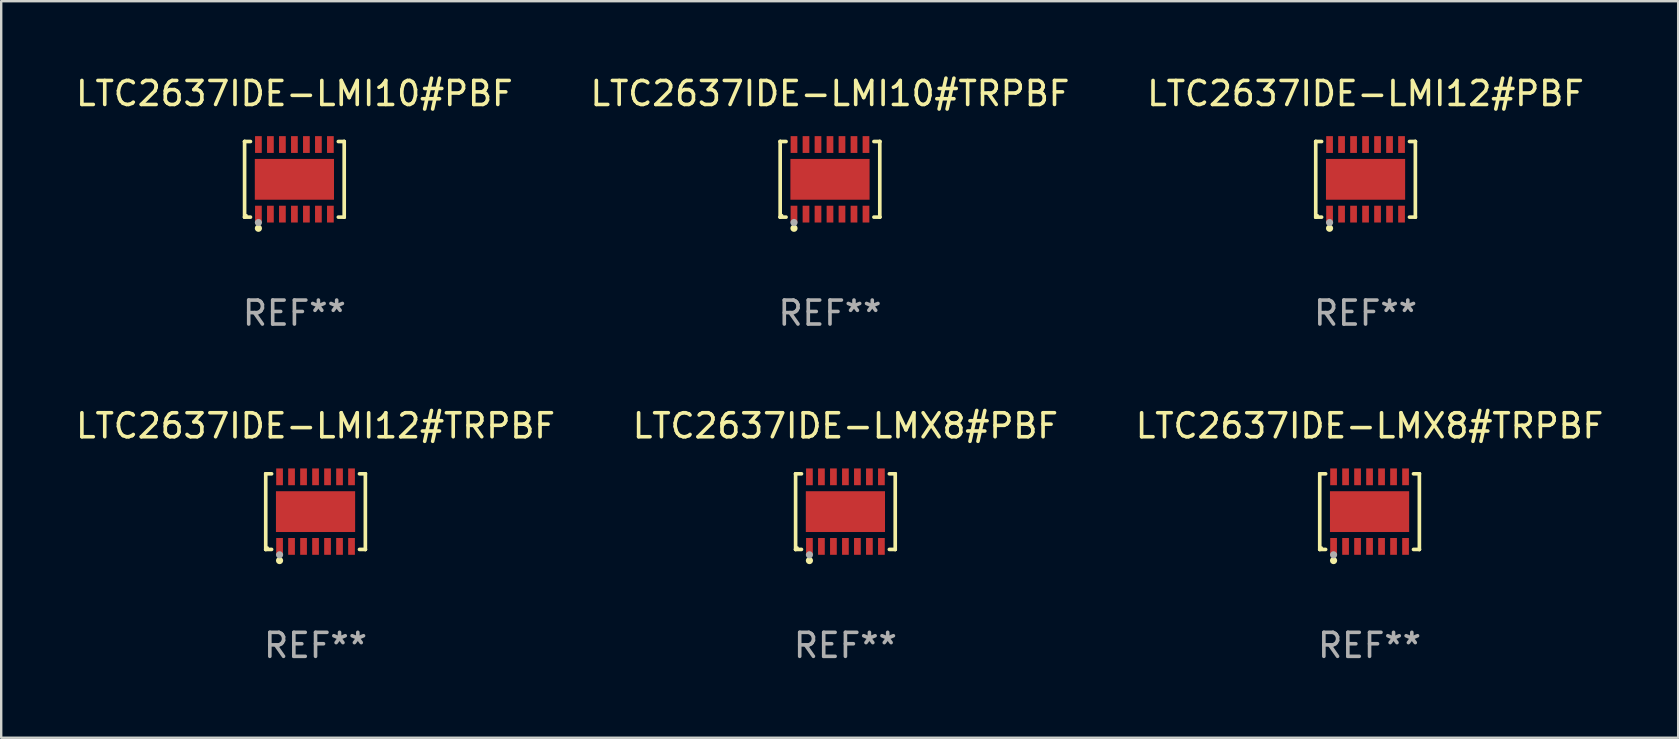
<source format=kicad_pcb>
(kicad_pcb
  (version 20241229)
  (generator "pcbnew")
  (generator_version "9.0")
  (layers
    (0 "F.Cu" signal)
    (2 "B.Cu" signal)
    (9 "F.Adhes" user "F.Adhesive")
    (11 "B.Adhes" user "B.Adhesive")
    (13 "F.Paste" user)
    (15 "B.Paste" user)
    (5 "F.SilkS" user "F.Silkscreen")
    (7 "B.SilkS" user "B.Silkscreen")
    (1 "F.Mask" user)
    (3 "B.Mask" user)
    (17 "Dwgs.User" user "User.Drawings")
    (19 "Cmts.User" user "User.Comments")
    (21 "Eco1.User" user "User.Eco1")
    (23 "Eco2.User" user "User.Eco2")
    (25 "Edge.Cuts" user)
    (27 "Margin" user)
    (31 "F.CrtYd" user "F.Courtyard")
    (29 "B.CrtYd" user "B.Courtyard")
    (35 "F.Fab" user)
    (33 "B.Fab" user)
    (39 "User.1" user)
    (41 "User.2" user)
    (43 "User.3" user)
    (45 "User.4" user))
  (footprint "LTC2637IDE-LMI12#TRPBF"
    (layer "F.Cu")
    (at 10.101 18.273)
    (property "Reference" "LTC2637IDE-LMI12#TRPBF" (at 0 -3.576 0) (layer "F.SilkS") (effects (font (size 1 1) (thickness 0.15))))
    (attr through_hole)
    (fp_line (start -2.076 -1.576) (end -2.076 -1.576) (stroke (width 0.152) (type solid)) (layer "F.SilkS"))
    (fp_line (start -2.076 -1.576) (end -1.831 -1.576) (stroke (width 0.152) (type solid)) (layer "F.SilkS"))
    (fp_line (start -2.076 1.576) (end -2.076 -1.576) (stroke (width 0.152) (type solid)) (layer "F.SilkS"))
    (fp_line (start -2.076 1.576) (end -2.076 1.576) (stroke (width 0.152) (type solid)) (layer "F.SilkS"))
    (fp_line (start -1.831 1.576) (end -2.076 1.576) (stroke (width 0.152) (type solid)) (layer "F.SilkS"))
    (fp_line (start 1.831 1.576) (end 2.076 1.576) (stroke (width 0.152) (type solid)) (layer "F.SilkS"))
    (fp_line (start 2.076 -1.576) (end 1.831 -1.576) (stroke (width 0.152) (type solid)) (layer "F.SilkS"))
    (fp_line (start 2.076 -1.576) (end 2.076 -1.576) (stroke (width 0.152) (type solid)) (layer "F.SilkS"))
    (fp_line (start 2.076 1.576) (end 2.076 -1.576) (stroke (width 0.152) (type solid)) (layer "F.SilkS"))
    (fp_line (start 2.076 1.576) (end 2.076 1.576) (stroke (width 0.152) (type solid)) (layer "F.SilkS"))
    (fp_circle (center -2 1.5) (end -1.97 1.5) (stroke (width 0.06) (type solid)) (fill no) (layer "F.SilkS"))
    (fp_circle (center -1.5 2.04) (end -1.425 2.04) (stroke (width 0.15) (type solid)) (fill no) (layer "F.SilkS"))
    (fp_circle (center -1.5 1.8) (end -1.425 1.8) (stroke (width 0.15) (type solid)) (fill no) (layer "F.Fab"))
    (fp_text user "REF**" (at 0 5.576 0) (layer "F.Fab") (effects (font (size 1 1) (thickness 0.15))))
    (pad "1" smd rect (at -1.5 1.45) (size 0.28 0.7) (layers "F.Cu" "F.Mask" "F.Paste"))
    (pad "2" smd rect (at -1 1.45) (size 0.28 0.7) (layers "F.Cu" "F.Mask" "F.Paste"))
    (pad "3" smd rect (at -0.5 1.45) (size 0.28 0.7) (layers "F.Cu" "F.Mask" "F.Paste"))
    (pad "4" smd rect (at 0 1.45) (size 0.28 0.7) (layers "F.Cu" "F.Mask" "F.Paste"))
    (pad "5" smd rect (at 0.5 1.45) (size 0.28 0.7) (layers "F.Cu" "F.Mask" "F.Paste"))
    (pad "6" smd rect (at 1 1.45) (size 0.28 0.7) (layers "F.Cu" "F.Mask" "F.Paste"))
    (pad "7" smd rect (at 1.5 1.45) (size 0.28 0.7) (layers "F.Cu" "F.Mask" "F.Paste"))
    (pad "8" smd rect (at 1.5 -1.45) (size 0.28 0.7) (layers "F.Cu" "F.Mask" "F.Paste"))
    (pad "9" smd rect (at 1 -1.45) (size 0.28 0.7) (layers "F.Cu" "F.Mask" "F.Paste"))
    (pad "10" smd rect (at 0.5 -1.45) (size 0.28 0.7) (layers "F.Cu" "F.Mask" "F.Paste"))
    (pad "11" smd rect (at 0 -1.45) (size 0.28 0.7) (layers "F.Cu" "F.Mask" "F.Paste"))
    (pad "12" smd rect (at -0.5 -1.45) (size 0.28 0.7) (layers "F.Cu" "F.Mask" "F.Paste"))
    (pad "13" smd rect (at -1 -1.45) (size 0.28 0.7) (layers "F.Cu" "F.Mask" "F.Paste"))
    (pad "14" smd rect (at -1.5 -1.45) (size 0.28 0.7) (layers "F.Cu" "F.Mask" "F.Paste"))
    (pad "15" smd rect (at 0 0) (size 3.3 1.7) (layers "F.Cu" "F.Mask" "F.Paste")))
  (footprint "LTC2637IDE-LMI10#PBF"
    (layer "F.Cu")
    (at 9.22 4.424)
    (property "Reference" "LTC2637IDE-LMI10#PBF" (at 0 -3.576 0) (layer "F.SilkS") (effects (font (size 1 1) (thickness 0.15))))
    (attr through_hole)
    (fp_line (start -2.076 -1.576) (end -2.076 -1.576) (stroke (width 0.152) (type solid)) (layer "F.SilkS"))
    (fp_line (start -2.076 -1.576) (end -1.831 -1.576) (stroke (width 0.152) (type solid)) (layer "F.SilkS"))
    (fp_line (start -2.076 1.576) (end -2.076 -1.576) (stroke (width 0.152) (type solid)) (layer "F.SilkS"))
    (fp_line (start -2.076 1.576) (end -2.076 1.576) (stroke (width 0.152) (type solid)) (layer "F.SilkS"))
    (fp_line (start -1.831 1.576) (end -2.076 1.576) (stroke (width 0.152) (type solid)) (layer "F.SilkS"))
    (fp_line (start 1.831 1.576) (end 2.076 1.576) (stroke (width 0.152) (type solid)) (layer "F.SilkS"))
    (fp_line (start 2.076 -1.576) (end 1.831 -1.576) (stroke (width 0.152) (type solid)) (layer "F.SilkS"))
    (fp_line (start 2.076 -1.576) (end 2.076 -1.576) (stroke (width 0.152) (type solid)) (layer "F.SilkS"))
    (fp_line (start 2.076 1.576) (end 2.076 -1.576) (stroke (width 0.152) (type solid)) (layer "F.SilkS"))
    (fp_line (start 2.076 1.576) (end 2.076 1.576) (stroke (width 0.152) (type solid)) (layer "F.SilkS"))
    (fp_circle (center -2 1.5) (end -1.97 1.5) (stroke (width 0.06) (type solid)) (fill no) (layer "F.SilkS"))
    (fp_circle (center -1.5 2.04) (end -1.425 2.04) (stroke (width 0.15) (type solid)) (fill no) (layer "F.SilkS"))
    (fp_circle (center -1.5 1.8) (end -1.425 1.8) (stroke (width 0.15) (type solid)) (fill no) (layer "F.Fab"))
    (fp_text user "REF**" (at 0 5.576 0) (layer "F.Fab") (effects (font (size 1 1) (thickness 0.15))))
    (pad "1" smd rect (at -1.5 1.45) (size 0.28 0.7) (layers "F.Cu" "F.Mask" "F.Paste"))
    (pad "2" smd rect (at -1 1.45) (size 0.28 0.7) (layers "F.Cu" "F.Mask" "F.Paste"))
    (pad "3" smd rect (at -0.5 1.45) (size 0.28 0.7) (layers "F.Cu" "F.Mask" "F.Paste"))
    (pad "4" smd rect (at 0 1.45) (size 0.28 0.7) (layers "F.Cu" "F.Mask" "F.Paste"))
    (pad "5" smd rect (at 0.5 1.45) (size 0.28 0.7) (layers "F.Cu" "F.Mask" "F.Paste"))
    (pad "6" smd rect (at 1 1.45) (size 0.28 0.7) (layers "F.Cu" "F.Mask" "F.Paste"))
    (pad "7" smd rect (at 1.5 1.45) (size 0.28 0.7) (layers "F.Cu" "F.Mask" "F.Paste"))
    (pad "8" smd rect (at 1.5 -1.45) (size 0.28 0.7) (layers "F.Cu" "F.Mask" "F.Paste"))
    (pad "9" smd rect (at 1 -1.45) (size 0.28 0.7) (layers "F.Cu" "F.Mask" "F.Paste"))
    (pad "10" smd rect (at 0.5 -1.45) (size 0.28 0.7) (layers "F.Cu" "F.Mask" "F.Paste"))
    (pad "11" smd rect (at 0 -1.45) (size 0.28 0.7) (layers "F.Cu" "F.Mask" "F.Paste"))
    (pad "12" smd rect (at -0.5 -1.45) (size 0.28 0.7) (layers "F.Cu" "F.Mask" "F.Paste"))
    (pad "13" smd rect (at -1 -1.45) (size 0.28 0.7) (layers "F.Cu" "F.Mask" "F.Paste"))
    (pad "14" smd rect (at -1.5 -1.45) (size 0.28 0.7) (layers "F.Cu" "F.Mask" "F.Paste"))
    (pad "15" smd rect (at 0 0) (size 3.3 1.7) (layers "F.Cu" "F.Mask" "F.Paste")))
  (footprint "LTC2637IDE-LMI12#PBF"
    (layer "F.Cu")
    (at 53.863 4.424)
    (property "Reference" "LTC2637IDE-LMI12#PBF" (at 0 -3.576 0) (layer "F.SilkS") (effects (font (size 1 1) (thickness 0.15))))
    (attr through_hole)
    (fp_line (start -2.076 -1.576) (end -2.076 -1.576) (stroke (width 0.152) (type solid)) (layer "F.SilkS"))
    (fp_line (start -2.076 -1.576) (end -1.831 -1.576) (stroke (width 0.152) (type solid)) (layer "F.SilkS"))
    (fp_line (start -2.076 1.576) (end -2.076 -1.576) (stroke (width 0.152) (type solid)) (layer "F.SilkS"))
    (fp_line (start -2.076 1.576) (end -2.076 1.576) (stroke (width 0.152) (type solid)) (layer "F.SilkS"))
    (fp_line (start -1.831 1.576) (end -2.076 1.576) (stroke (width 0.152) (type solid)) (layer "F.SilkS"))
    (fp_line (start 1.831 1.576) (end 2.076 1.576) (stroke (width 0.152) (type solid)) (layer "F.SilkS"))
    (fp_line (start 2.076 -1.576) (end 1.831 -1.576) (stroke (width 0.152) (type solid)) (layer "F.SilkS"))
    (fp_line (start 2.076 -1.576) (end 2.076 -1.576) (stroke (width 0.152) (type solid)) (layer "F.SilkS"))
    (fp_line (start 2.076 1.576) (end 2.076 -1.576) (stroke (width 0.152) (type solid)) (layer "F.SilkS"))
    (fp_line (start 2.076 1.576) (end 2.076 1.576) (stroke (width 0.152) (type solid)) (layer "F.SilkS"))
    (fp_circle (center -2 1.5) (end -1.97 1.5) (stroke (width 0.06) (type solid)) (fill no) (layer "F.SilkS"))
    (fp_circle (center -1.5 2.04) (end -1.425 2.04) (stroke (width 0.15) (type solid)) (fill no) (layer "F.SilkS"))
    (fp_circle (center -1.5 1.8) (end -1.425 1.8) (stroke (width 0.15) (type solid)) (fill no) (layer "F.Fab"))
    (fp_text user "REF**" (at 0 5.576 0) (layer "F.Fab") (effects (font (size 1 1) (thickness 0.15))))
    (pad "1" smd rect (at -1.5 1.45) (size 0.28 0.7) (layers "F.Cu" "F.Mask" "F.Paste"))
    (pad "2" smd rect (at -1 1.45) (size 0.28 0.7) (layers "F.Cu" "F.Mask" "F.Paste"))
    (pad "3" smd rect (at -0.5 1.45) (size 0.28 0.7) (layers "F.Cu" "F.Mask" "F.Paste"))
    (pad "4" smd rect (at 0 1.45) (size 0.28 0.7) (layers "F.Cu" "F.Mask" "F.Paste"))
    (pad "5" smd rect (at 0.5 1.45) (size 0.28 0.7) (layers "F.Cu" "F.Mask" "F.Paste"))
    (pad "6" smd rect (at 1 1.45) (size 0.28 0.7) (layers "F.Cu" "F.Mask" "F.Paste"))
    (pad "7" smd rect (at 1.5 1.45) (size 0.28 0.7) (layers "F.Cu" "F.Mask" "F.Paste"))
    (pad "8" smd rect (at 1.5 -1.45) (size 0.28 0.7) (layers "F.Cu" "F.Mask" "F.Paste"))
    (pad "9" smd rect (at 1 -1.45) (size 0.28 0.7) (layers "F.Cu" "F.Mask" "F.Paste"))
    (pad "10" smd rect (at 0.5 -1.45) (size 0.28 0.7) (layers "F.Cu" "F.Mask" "F.Paste"))
    (pad "11" smd rect (at 0 -1.45) (size 0.28 0.7) (layers "F.Cu" "F.Mask" "F.Paste"))
    (pad "12" smd rect (at -0.5 -1.45) (size 0.28 0.7) (layers "F.Cu" "F.Mask" "F.Paste"))
    (pad "13" smd rect (at -1 -1.45) (size 0.28 0.7) (layers "F.Cu" "F.Mask" "F.Paste"))
    (pad "14" smd rect (at -1.5 -1.45) (size 0.28 0.7) (layers "F.Cu" "F.Mask" "F.Paste"))
    (pad "15" smd rect (at 0 0) (size 3.3 1.7) (layers "F.Cu" "F.Mask" "F.Paste")))
  (footprint "LTC2637IDE-LMX8#TRPBF"
    (layer "F.Cu")
    (at 54.03 18.273)
    (property "Reference" "LTC2637IDE-LMX8#TRPBF" (at 0 -3.576 0) (layer "F.SilkS") (effects (font (size 1 1) (thickness 0.15))))
    (attr through_hole)
    (fp_line (start -2.076 -1.576) (end -2.076 -1.576) (stroke (width 0.152) (type solid)) (layer "F.SilkS"))
    (fp_line (start -2.076 -1.576) (end -1.831 -1.576) (stroke (width 0.152) (type solid)) (layer "F.SilkS"))
    (fp_line (start -2.076 1.576) (end -2.076 -1.576) (stroke (width 0.152) (type solid)) (layer "F.SilkS"))
    (fp_line (start -2.076 1.576) (end -2.076 1.576) (stroke (width 0.152) (type solid)) (layer "F.SilkS"))
    (fp_line (start -1.831 1.576) (end -2.076 1.576) (stroke (width 0.152) (type solid)) (layer "F.SilkS"))
    (fp_line (start 1.831 1.576) (end 2.076 1.576) (stroke (width 0.152) (type solid)) (layer "F.SilkS"))
    (fp_line (start 2.076 -1.576) (end 1.831 -1.576) (stroke (width 0.152) (type solid)) (layer "F.SilkS"))
    (fp_line (start 2.076 -1.576) (end 2.076 -1.576) (stroke (width 0.152) (type solid)) (layer "F.SilkS"))
    (fp_line (start 2.076 1.576) (end 2.076 -1.576) (stroke (width 0.152) (type solid)) (layer "F.SilkS"))
    (fp_line (start 2.076 1.576) (end 2.076 1.576) (stroke (width 0.152) (type solid)) (layer "F.SilkS"))
    (fp_circle (center -2 1.5) (end -1.97 1.5) (stroke (width 0.06) (type solid)) (fill no) (layer "F.SilkS"))
    (fp_circle (center -1.5 2.04) (end -1.425 2.04) (stroke (width 0.15) (type solid)) (fill no) (layer "F.SilkS"))
    (fp_circle (center -1.5 1.8) (end -1.425 1.8) (stroke (width 0.15) (type solid)) (fill no) (layer "F.Fab"))
    (fp_text user "REF**" (at 0 5.576 0) (layer "F.Fab") (effects (font (size 1 1) (thickness 0.15))))
    (pad "1" smd rect (at -1.5 1.45) (size 0.28 0.7) (layers "F.Cu" "F.Mask" "F.Paste"))
    (pad "2" smd rect (at -1 1.45) (size 0.28 0.7) (layers "F.Cu" "F.Mask" "F.Paste"))
    (pad "3" smd rect (at -0.5 1.45) (size 0.28 0.7) (layers "F.Cu" "F.Mask" "F.Paste"))
    (pad "4" smd rect (at 0 1.45) (size 0.28 0.7) (layers "F.Cu" "F.Mask" "F.Paste"))
    (pad "5" smd rect (at 0.5 1.45) (size 0.28 0.7) (layers "F.Cu" "F.Mask" "F.Paste"))
    (pad "6" smd rect (at 1 1.45) (size 0.28 0.7) (layers "F.Cu" "F.Mask" "F.Paste"))
    (pad "7" smd rect (at 1.5 1.45) (size 0.28 0.7) (layers "F.Cu" "F.Mask" "F.Paste"))
    (pad "8" smd rect (at 1.5 -1.45) (size 0.28 0.7) (layers "F.Cu" "F.Mask" "F.Paste"))
    (pad "9" smd rect (at 1 -1.45) (size 0.28 0.7) (layers "F.Cu" "F.Mask" "F.Paste"))
    (pad "10" smd rect (at 0.5 -1.45) (size 0.28 0.7) (layers "F.Cu" "F.Mask" "F.Paste"))
    (pad "11" smd rect (at 0 -1.45) (size 0.28 0.7) (layers "F.Cu" "F.Mask" "F.Paste"))
    (pad "12" smd rect (at -0.5 -1.45) (size 0.28 0.7) (layers "F.Cu" "F.Mask" "F.Paste"))
    (pad "13" smd rect (at -1 -1.45) (size 0.28 0.7) (layers "F.Cu" "F.Mask" "F.Paste"))
    (pad "14" smd rect (at -1.5 -1.45) (size 0.28 0.7) (layers "F.Cu" "F.Mask" "F.Paste"))
    (pad "15" smd rect (at 0 0) (size 3.3 1.7) (layers "F.Cu" "F.Mask" "F.Paste")))
  (footprint "LTC2637IDE-LMX8#PBF"
    (layer "F.Cu")
    (at 32.185 18.273)
    (property "Reference" "LTC2637IDE-LMX8#PBF" (at 0 -3.576 0) (layer "F.SilkS") (effects (font (size 1 1) (thickness 0.15))))
    (attr through_hole)
    (fp_line (start -2.076 -1.576) (end -2.076 -1.576) (stroke (width 0.152) (type solid)) (layer "F.SilkS"))
    (fp_line (start -2.076 -1.576) (end -1.831 -1.576) (stroke (width 0.152) (type solid)) (layer "F.SilkS"))
    (fp_line (start -2.076 1.576) (end -2.076 -1.576) (stroke (width 0.152) (type solid)) (layer "F.SilkS"))
    (fp_line (start -2.076 1.576) (end -2.076 1.576) (stroke (width 0.152) (type solid)) (layer "F.SilkS"))
    (fp_line (start -1.831 1.576) (end -2.076 1.576) (stroke (width 0.152) (type solid)) (layer "F.SilkS"))
    (fp_line (start 1.831 1.576) (end 2.076 1.576) (stroke (width 0.152) (type solid)) (layer "F.SilkS"))
    (fp_line (start 2.076 -1.576) (end 1.831 -1.576) (stroke (width 0.152) (type solid)) (layer "F.SilkS"))
    (fp_line (start 2.076 -1.576) (end 2.076 -1.576) (stroke (width 0.152) (type solid)) (layer "F.SilkS"))
    (fp_line (start 2.076 1.576) (end 2.076 -1.576) (stroke (width 0.152) (type solid)) (layer "F.SilkS"))
    (fp_line (start 2.076 1.576) (end 2.076 1.576) (stroke (width 0.152) (type solid)) (layer "F.SilkS"))
    (fp_circle (center -2 1.5) (end -1.97 1.5) (stroke (width 0.06) (type solid)) (fill no) (layer "F.SilkS"))
    (fp_circle (center -1.5 2.04) (end -1.425 2.04) (stroke (width 0.15) (type solid)) (fill no) (layer "F.SilkS"))
    (fp_circle (center -1.5 1.8) (end -1.425 1.8) (stroke (width 0.15) (type solid)) (fill no) (layer "F.Fab"))
    (fp_text user "REF**" (at 0 5.576 0) (layer "F.Fab") (effects (font (size 1 1) (thickness 0.15))))
    (pad "1" smd rect (at -1.5 1.45) (size 0.28 0.7) (layers "F.Cu" "F.Mask" "F.Paste"))
    (pad "2" smd rect (at -1 1.45) (size 0.28 0.7) (layers "F.Cu" "F.Mask" "F.Paste"))
    (pad "3" smd rect (at -0.5 1.45) (size 0.28 0.7) (layers "F.Cu" "F.Mask" "F.Paste"))
    (pad "4" smd rect (at 0 1.45) (size 0.28 0.7) (layers "F.Cu" "F.Mask" "F.Paste"))
    (pad "5" smd rect (at 0.5 1.45) (size 0.28 0.7) (layers "F.Cu" "F.Mask" "F.Paste"))
    (pad "6" smd rect (at 1 1.45) (size 0.28 0.7) (layers "F.Cu" "F.Mask" "F.Paste"))
    (pad "7" smd rect (at 1.5 1.45) (size 0.28 0.7) (layers "F.Cu" "F.Mask" "F.Paste"))
    (pad "8" smd rect (at 1.5 -1.45) (size 0.28 0.7) (layers "F.Cu" "F.Mask" "F.Paste"))
    (pad "9" smd rect (at 1 -1.45) (size 0.28 0.7) (layers "F.Cu" "F.Mask" "F.Paste"))
    (pad "10" smd rect (at 0.5 -1.45) (size 0.28 0.7) (layers "F.Cu" "F.Mask" "F.Paste"))
    (pad "11" smd rect (at 0 -1.45) (size 0.28 0.7) (layers "F.Cu" "F.Mask" "F.Paste"))
    (pad "12" smd rect (at -0.5 -1.45) (size 0.28 0.7) (layers "F.Cu" "F.Mask" "F.Paste"))
    (pad "13" smd rect (at -1 -1.45) (size 0.28 0.7) (layers "F.Cu" "F.Mask" "F.Paste"))
    (pad "14" smd rect (at -1.5 -1.45) (size 0.28 0.7) (layers "F.Cu" "F.Mask" "F.Paste"))
    (pad "15" smd rect (at 0 0) (size 3.3 1.7) (layers "F.Cu" "F.Mask" "F.Paste")))
  (footprint "LTC2637IDE-LMI10#TRPBF"
    (layer "F.Cu")
    (at 31.542 4.424)
    (property "Reference" "LTC2637IDE-LMI10#TRPBF" (at 0 -3.576 0) (layer "F.SilkS") (effects (font (size 1 1) (thickness 0.15))))
    (attr through_hole)
    (fp_line (start -2.076 -1.576) (end -2.076 -1.576) (stroke (width 0.152) (type solid)) (layer "F.SilkS"))
    (fp_line (start -2.076 -1.576) (end -1.831 -1.576) (stroke (width 0.152) (type solid)) (layer "F.SilkS"))
    (fp_line (start -2.076 1.576) (end -2.076 -1.576) (stroke (width 0.152) (type solid)) (layer "F.SilkS"))
    (fp_line (start -2.076 1.576) (end -2.076 1.576) (stroke (width 0.152) (type solid)) (layer "F.SilkS"))
    (fp_line (start -1.831 1.576) (end -2.076 1.576) (stroke (width 0.152) (type solid)) (layer "F.SilkS"))
    (fp_line (start 1.831 1.576) (end 2.076 1.576) (stroke (width 0.152) (type solid)) (layer "F.SilkS"))
    (fp_line (start 2.076 -1.576) (end 1.831 -1.576) (stroke (width 0.152) (type solid)) (layer "F.SilkS"))
    (fp_line (start 2.076 -1.576) (end 2.076 -1.576) (stroke (width 0.152) (type solid)) (layer "F.SilkS"))
    (fp_line (start 2.076 1.576) (end 2.076 -1.576) (stroke (width 0.152) (type solid)) (layer "F.SilkS"))
    (fp_line (start 2.076 1.576) (end 2.076 1.576) (stroke (width 0.152) (type solid)) (layer "F.SilkS"))
    (fp_circle (center -2 1.5) (end -1.97 1.5) (stroke (width 0.06) (type solid)) (fill no) (layer "F.SilkS"))
    (fp_circle (center -1.5 2.04) (end -1.425 2.04) (stroke (width 0.15) (type solid)) (fill no) (layer "F.SilkS"))
    (fp_circle (center -1.5 1.8) (end -1.425 1.8) (stroke (width 0.15) (type solid)) (fill no) (layer "F.Fab"))
    (fp_text user "REF**" (at 0 5.576 0) (layer "F.Fab") (effects (font (size 1 1) (thickness 0.15))))
    (pad "1" smd rect (at -1.5 1.45) (size 0.28 0.7) (layers "F.Cu" "F.Mask" "F.Paste"))
    (pad "2" smd rect (at -1 1.45) (size 0.28 0.7) (layers "F.Cu" "F.Mask" "F.Paste"))
    (pad "3" smd rect (at -0.5 1.45) (size 0.28 0.7) (layers "F.Cu" "F.Mask" "F.Paste"))
    (pad "4" smd rect (at 0 1.45) (size 0.28 0.7) (layers "F.Cu" "F.Mask" "F.Paste"))
    (pad "5" smd rect (at 0.5 1.45) (size 0.28 0.7) (layers "F.Cu" "F.Mask" "F.Paste"))
    (pad "6" smd rect (at 1 1.45) (size 0.28 0.7) (layers "F.Cu" "F.Mask" "F.Paste"))
    (pad "7" smd rect (at 1.5 1.45) (size 0.28 0.7) (layers "F.Cu" "F.Mask" "F.Paste"))
    (pad "8" smd rect (at 1.5 -1.45) (size 0.28 0.7) (layers "F.Cu" "F.Mask" "F.Paste"))
    (pad "9" smd rect (at 1 -1.45) (size 0.28 0.7) (layers "F.Cu" "F.Mask" "F.Paste"))
    (pad "10" smd rect (at 0.5 -1.45) (size 0.28 0.7) (layers "F.Cu" "F.Mask" "F.Paste"))
    (pad "11" smd rect (at 0 -1.45) (size 0.28 0.7) (layers "F.Cu" "F.Mask" "F.Paste"))
    (pad "12" smd rect (at -0.5 -1.45) (size 0.28 0.7) (layers "F.Cu" "F.Mask" "F.Paste"))
    (pad "13" smd rect (at -1 -1.45) (size 0.28 0.7) (layers "F.Cu" "F.Mask" "F.Paste"))
    (pad "14" smd rect (at -1.5 -1.45) (size 0.28 0.7) (layers "F.Cu" "F.Mask" "F.Paste"))
    (pad "15" smd rect (at 0 0) (size 3.3 1.7) (layers "F.Cu" "F.Mask" "F.Paste")))
  (gr_rect
    (start -3 -3)
    (end 66.893 27.698)
    (stroke (width 0.1) (type default))
    (fill no)
    (layer "Edge.Cuts")))
</source>
